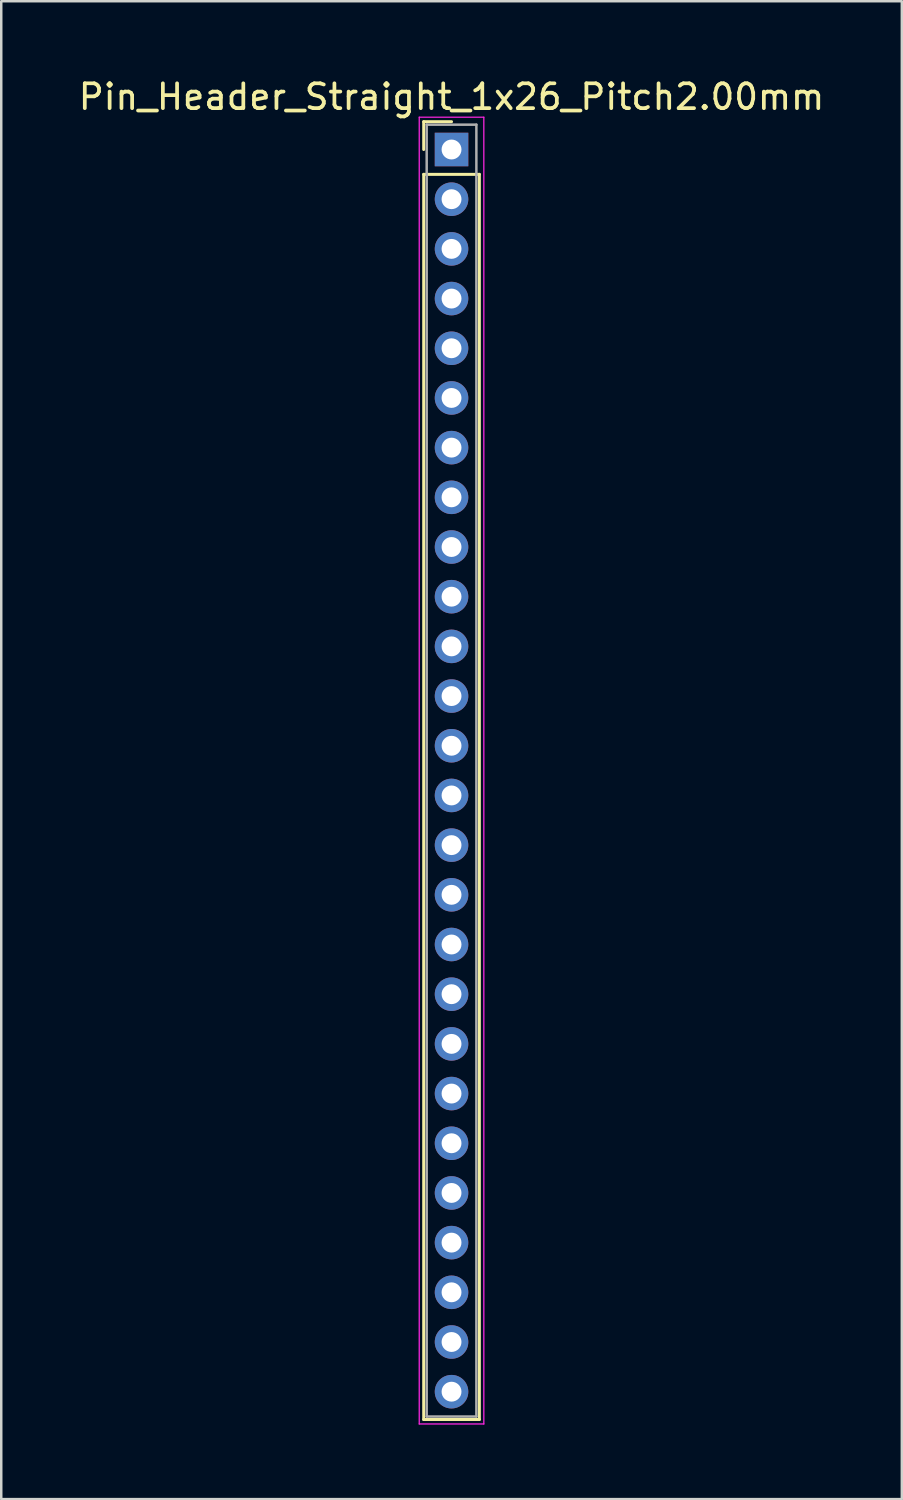
<source format=kicad_pcb>
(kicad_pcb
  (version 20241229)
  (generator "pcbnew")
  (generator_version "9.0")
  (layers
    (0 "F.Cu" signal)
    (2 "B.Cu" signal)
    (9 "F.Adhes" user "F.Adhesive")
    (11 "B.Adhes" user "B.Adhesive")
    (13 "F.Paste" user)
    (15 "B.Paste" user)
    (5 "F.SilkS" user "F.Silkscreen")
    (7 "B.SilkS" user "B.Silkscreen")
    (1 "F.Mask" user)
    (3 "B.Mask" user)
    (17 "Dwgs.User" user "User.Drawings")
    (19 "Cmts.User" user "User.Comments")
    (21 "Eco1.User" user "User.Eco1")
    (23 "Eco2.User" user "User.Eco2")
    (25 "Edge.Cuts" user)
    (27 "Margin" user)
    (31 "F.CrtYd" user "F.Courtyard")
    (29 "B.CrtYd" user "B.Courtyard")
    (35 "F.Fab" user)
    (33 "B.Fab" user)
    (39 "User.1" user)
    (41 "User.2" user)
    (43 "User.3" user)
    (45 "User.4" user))
  (footprint "Pin_Header_Straight_1x26_Pitch2.00mm"
    (layer "F.Cu")
    (at 15.125 2.968)
    (property "Reference" "Pin_Header_Straight_1x26_Pitch2.00mm" (at 0 -2.12 0) (layer "F.SilkS") (effects (font (size 1 1) (thickness 0.15))))
    (attr through_hole)
    (fp_line (start -1.12 -1.12) (end 0 -1.12) (stroke (width 0.12) (type solid)) (layer "F.SilkS"))
    (fp_line (start -1.12 0) (end -1.12 -1.12) (stroke (width 0.12) (type solid)) (layer "F.SilkS"))
    (fp_line (start -1.12 1) (end -1.12 51.12) (stroke (width 0.12) (type solid)) (layer "F.SilkS"))
    (fp_line (start -1.12 51.12) (end 1.12 51.12) (stroke (width 0.12) (type solid)) (layer "F.SilkS"))
    (fp_line (start 1.12 1) (end -1.12 1) (stroke (width 0.12) (type solid)) (layer "F.SilkS"))
    (fp_line (start 1.12 51.12) (end 1.12 1) (stroke (width 0.12) (type solid)) (layer "F.SilkS"))
    (fp_line (start -1.3 -1.3) (end -1.3 51.3) (stroke (width 0.05) (type solid)) (layer "F.CrtYd"))
    (fp_line (start -1.3 51.3) (end 1.3 51.3) (stroke (width 0.05) (type solid)) (layer "F.CrtYd"))
    (fp_line (start 1.3 -1.3) (end -1.3 -1.3) (stroke (width 0.05) (type solid)) (layer "F.CrtYd"))
    (fp_line (start 1.3 51.3) (end 1.3 -1.3) (stroke (width 0.05) (type solid)) (layer "F.CrtYd"))
    (fp_line (start -1 -1) (end -1 51) (stroke (width 0.1) (type solid)) (layer "F.Fab"))
    (fp_line (start -1 51) (end 1 51) (stroke (width 0.1) (type solid)) (layer "F.Fab"))
    (fp_line (start 1 -1) (end -1 -1) (stroke (width 0.1) (type solid)) (layer "F.Fab"))
    (fp_line (start 1 51) (end 1 -1) (stroke (width 0.1) (type solid)) (layer "F.Fab"))
    (pad "1" thru_hole rect (at 0 0) (size 1.35 1.35) (drill 0.8) (layers "*.Cu" "*.Mask"))
    (pad "2" thru_hole oval (at 0 2) (size 1.35 1.35) (drill 0.8) (layers "*.Cu" "*.Mask"))
    (pad "3" thru_hole oval (at 0 4) (size 1.35 1.35) (drill 0.8) (layers "*.Cu" "*.Mask"))
    (pad "4" thru_hole oval (at 0 6) (size 1.35 1.35) (drill 0.8) (layers "*.Cu" "*.Mask"))
    (pad "5" thru_hole oval (at 0 8) (size 1.35 1.35) (drill 0.8) (layers "*.Cu" "*.Mask"))
    (pad "6" thru_hole oval (at 0 10) (size 1.35 1.35) (drill 0.8) (layers "*.Cu" "*.Mask"))
    (pad "7" thru_hole oval (at 0 12) (size 1.35 1.35) (drill 0.8) (layers "*.Cu" "*.Mask"))
    (pad "8" thru_hole oval (at 0 14) (size 1.35 1.35) (drill 0.8) (layers "*.Cu" "*.Mask"))
    (pad "9" thru_hole oval (at 0 16) (size 1.35 1.35) (drill 0.8) (layers "*.Cu" "*.Mask"))
    (pad "10" thru_hole oval (at 0 18) (size 1.35 1.35) (drill 0.8) (layers "*.Cu" "*.Mask"))
    (pad "11" thru_hole oval (at 0 20) (size 1.35 1.35) (drill 0.8) (layers "*.Cu" "*.Mask"))
    (pad "12" thru_hole oval (at 0 22) (size 1.35 1.35) (drill 0.8) (layers "*.Cu" "*.Mask"))
    (pad "13" thru_hole oval (at 0 24) (size 1.35 1.35) (drill 0.8) (layers "*.Cu" "*.Mask"))
    (pad "14" thru_hole oval (at 0 26) (size 1.35 1.35) (drill 0.8) (layers "*.Cu" "*.Mask"))
    (pad "15" thru_hole oval (at 0 28) (size 1.35 1.35) (drill 0.8) (layers "*.Cu" "*.Mask"))
    (pad "16" thru_hole oval (at 0 30) (size 1.35 1.35) (drill 0.8) (layers "*.Cu" "*.Mask"))
    (pad "17" thru_hole oval (at 0 32) (size 1.35 1.35) (drill 0.8) (layers "*.Cu" "*.Mask"))
    (pad "18" thru_hole oval (at 0 34) (size 1.35 1.35) (drill 0.8) (layers "*.Cu" "*.Mask"))
    (pad "19" thru_hole oval (at 0 36) (size 1.35 1.35) (drill 0.8) (layers "*.Cu" "*.Mask"))
    (pad "20" thru_hole oval (at 0 38) (size 1.35 1.35) (drill 0.8) (layers "*.Cu" "*.Mask"))
    (pad "21" thru_hole oval (at 0 40) (size 1.35 1.35) (drill 0.8) (layers "*.Cu" "*.Mask"))
    (pad "22" thru_hole oval (at 0 42) (size 1.35 1.35) (drill 0.8) (layers "*.Cu" "*.Mask"))
    (pad "23" thru_hole oval (at 0 44) (size 1.35 1.35) (drill 0.8) (layers "*.Cu" "*.Mask"))
    (pad "24" thru_hole oval (at 0 46) (size 1.35 1.35) (drill 0.8) (layers "*.Cu" "*.Mask"))
    (pad "25" thru_hole oval (at 0 48) (size 1.35 1.35) (drill 0.8) (layers "*.Cu" "*.Mask"))
    (pad "26" thru_hole oval (at 0 50) (size 1.35 1.35) (drill 0.8) (layers "*.Cu" "*.Mask")))
  (gr_rect
    (start -3 -3)
    (end 33.25 57.293)
    (stroke (width 0.1) (type default))
    (fill no)
    (layer "Edge.Cuts")))
</source>
